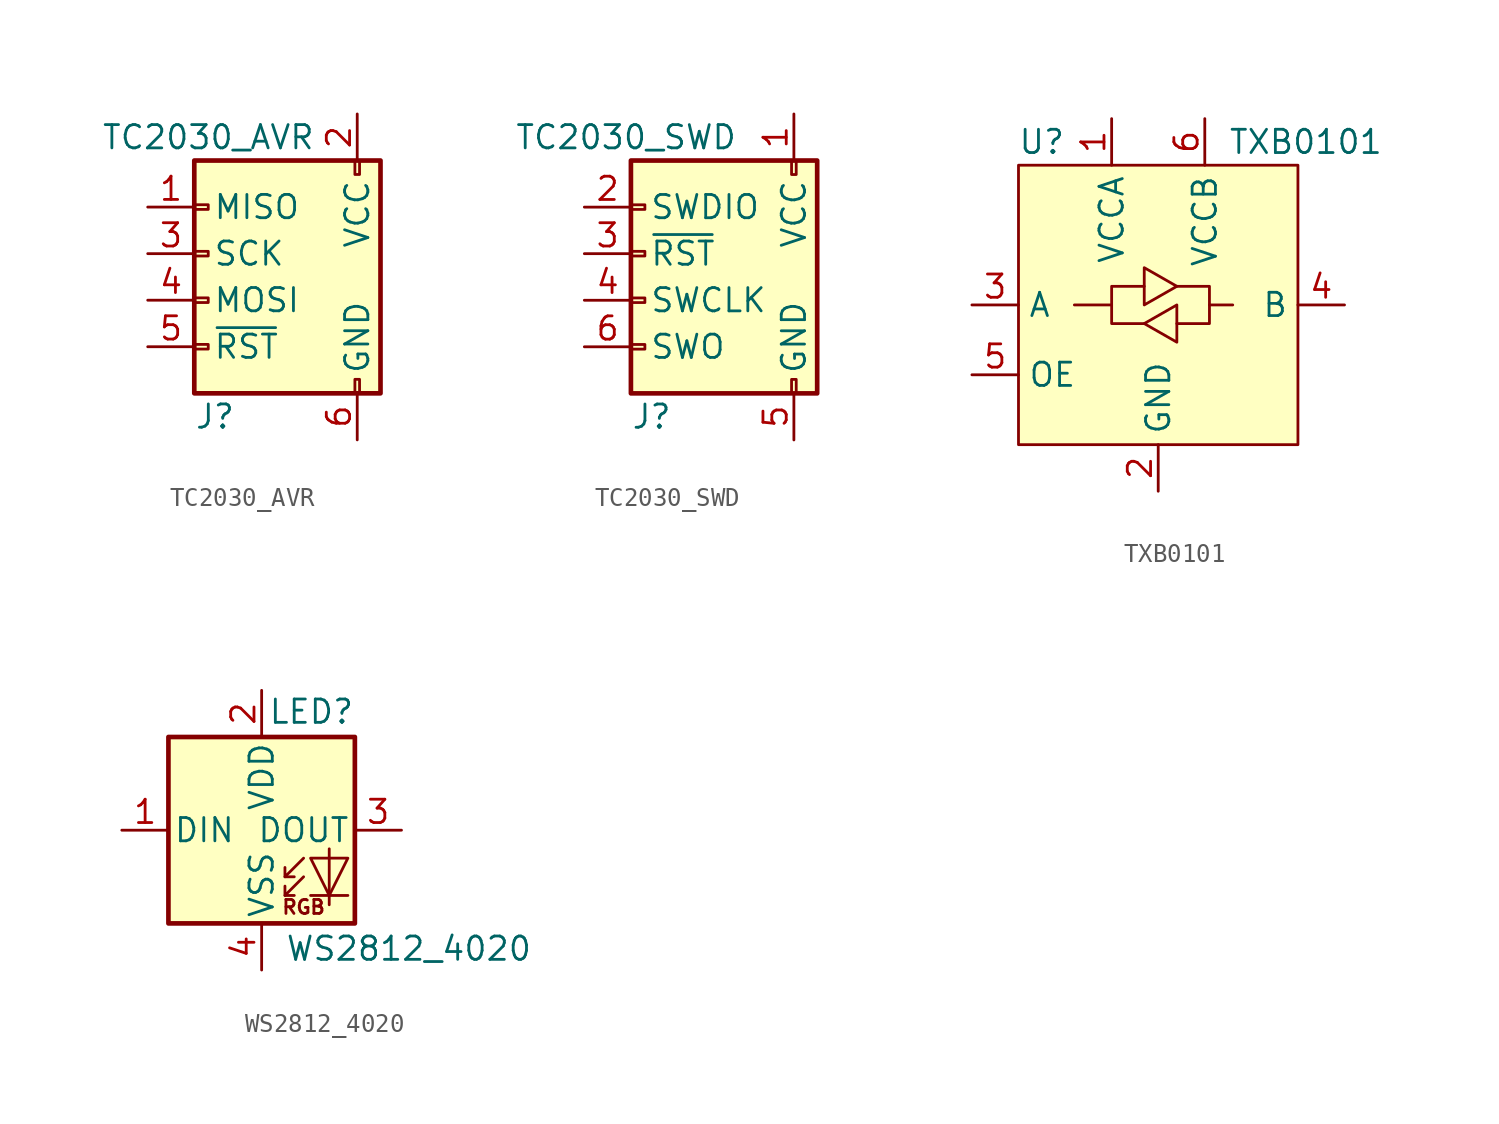
<source format=kicad_sym>
(kicad_symbol_lib
  (version 20231120)
  (generator "kicad_symbol_editor")
  (generator_version "8.0")
  (symbol "TC2030_AVR"
    (pin_names
      (offset 1.016))
    (property "Reference" "J"
      (at -3.81 -6.35 0)
      (effects (font (size 1.27 1.27)) (justify left)))
    (property "Value" "TC2030_AVR"
      (at -8.89 8.89 0)
      (effects (font (size 1.27 1.27)) (justify left)))
    (symbol "TC2030_AVR_0_1"
      (rectangle (start -3.81 7.62) (end 6.35 -5.08) (stroke (width 0.254) (type default)) (fill (type background)))
      (rectangle (start -3.048 -2.667) (end -3.81 -2.413) (stroke (width 0) (type default)) (fill (type none)))
      (rectangle (start -3.048 -0.127) (end -3.81 0.127) (stroke (width 0) (type default)) (fill (type none)))
      (rectangle (start -3.048 2.413) (end -3.81 2.667) (stroke (width 0) (type default)) (fill (type none)))
      (rectangle (start -3.048 4.953) (end -3.81 5.207) (stroke (width 0) (type default)) (fill (type none)))
      (rectangle (start 4.953 -5.08) (end 5.207 -4.318) (stroke (width 0) (type default)) (fill (type none)))
      (rectangle (start 4.953 6.858) (end 5.207 7.62) (stroke (width 0) (type default)) (fill (type none))))
    (symbol "TC2030_AVR_1_1"
      (pin passive line (at -6.35 5.08 0) (length 2.54) (name "MISO" (effects (font (size 1.27 1.27)))) (number "1" (effects (font (size 1.27 1.27)))))
      (pin passive line (at 5.08 10.16 270) (length 2.54) (name "VCC" (effects (font (size 1.27 1.27)))) (number "2" (effects (font (size 1.27 1.27)))))
      (pin passive line (at -6.35 2.54 0) (length 2.54) (name "SCK" (effects (font (size 1.27 1.27)))) (number "3" (effects (font (size 1.27 1.27)))))
      (pin passive line (at -6.35 0 0) (length 2.54) (name "MOSI" (effects (font (size 1.27 1.27)))) (number "4" (effects (font (size 1.27 1.27)))))
      (pin passive line (at -6.35 -2.54 0) (length 2.54) (name "~{RST}" (effects (font (size 1.27 1.27)))) (number "5" (effects (font (size 1.27 1.27)))))
      (pin passive line (at 5.08 -7.62 90) (length 2.54) (name "GND" (effects (font (size 1.27 1.27)))) (number "6" (effects (font (size 1.27 1.27)))))))
  (symbol "TC2030_SWD"
    (pin_names
      (offset 1.016))
    (property "Reference" "J"
      (at -3.81 -6.35 0)
      (effects (font (size 1.27 1.27)) (justify left)))
    (property "Value" "TC2030_SWD"
      (at -10.16 8.89 0)
      (effects (font (size 1.27 1.27)) (justify left)))
    (symbol "TC2030_SWD_0_1"
      (rectangle (start -3.81 7.62) (end 6.35 -5.08) (stroke (width 0.254) (type default)) (fill (type background)))
      (rectangle (start -3.048 -2.667) (end -3.81 -2.413) (stroke (width 0) (type default)) (fill (type none)))
      (rectangle (start -3.048 -0.127) (end -3.81 0.127) (stroke (width 0) (type default)) (fill (type none)))
      (rectangle (start -3.048 2.413) (end -3.81 2.667) (stroke (width 0) (type default)) (fill (type none)))
      (rectangle (start -3.048 4.953) (end -3.81 5.207) (stroke (width 0) (type default)) (fill (type none)))
      (rectangle (start 4.953 -5.08) (end 5.207 -4.318) (stroke (width 0) (type default)) (fill (type none)))
      (rectangle (start 4.953 6.858) (end 5.207 7.62) (stroke (width 0) (type default)) (fill (type none))))
    (symbol "TC2030_SWD_1_1"
      (pin passive line (at 5.08 10.16 270) (length 2.54) (name "VCC" (effects (font (size 1.27 1.27)))) (number "1" (effects (font (size 1.27 1.27)))))
      (pin passive line (at -6.35 5.08 0) (length 2.54) (name "SWDIO" (effects (font (size 1.27 1.27)))) (number "2" (effects (font (size 1.27 1.27)))))
      (pin passive line (at -6.35 2.54 0) (length 2.54) (name "~{RST}" (effects (font (size 1.27 1.27)))) (number "3" (effects (font (size 1.27 1.27)))))
      (pin passive line (at -6.35 0 0) (length 2.54) (name "SWCLK" (effects (font (size 1.27 1.27)))) (number "4" (effects (font (size 1.27 1.27)))))
      (pin passive line (at 5.08 -7.62 90) (length 2.54) (name "GND" (effects (font (size 1.27 1.27)))) (number "5" (effects (font (size 1.27 1.27)))))
      (pin passive line (at -6.35 -2.54 0) (length 2.54) (name "SWO" (effects (font (size 1.27 1.27)))) (number "6" (effects (font (size 1.27 1.27)))))))
  (symbol "TXB0101"
    (property "Reference" "U"
      (at -6.35 11.43 0)
      (effects (font (size 1.27 1.27))))
    (property "Value" "TXB0101"
      (at 3.81 11.43 0)
      (effects (font (size 1.27 1.27)) (justify left)))
    (symbol "TXB0101_0_1"
      (rectangle (start -7.62 10.16) (end 7.62 -5.08) (stroke (width 0) (type default)) (fill (type background)))
      (polyline (pts (xy -2.54 2.54) (xy -2.54 3.556) (xy -0.762 3.556)) (stroke (width 0) (type default)) (fill (type none)))
      (polyline (pts (xy 2.794 2.54) (xy 2.794 1.524) (xy 1.016 1.524)) (stroke (width 0) (type default)) (fill (type none)))
      (polyline (pts (xy -0.762 1.524) (xy -2.54 1.524) (xy -2.54 2.54) (xy -4.572 2.54)) (stroke (width 0) (type default)) (fill (type none)))
      (polyline (pts (xy -0.762 2.54) (xy -0.762 4.572) (xy 1.016 3.556) (xy -0.762 2.54)) (stroke (width 0) (type default)) (fill (type none)))
      (polyline (pts (xy 1.016 3.556) (xy 2.794 3.556) (xy 2.794 2.54) (xy 4.064 2.54)) (stroke (width 0) (type default)) (fill (type none)))
      (polyline (pts (xy 1.016 2.54) (xy 1.016 0.762) (xy 1.016 0.508) (xy -0.762 1.524) (xy 1.016 2.54)) (stroke (width 0) (type default)) (fill (type none))))
    (symbol "TXB0101_1_1"
      (pin power_in line (at -2.54 12.7 270) (length 2.54) (name "VCCA" (effects (font (size 1.27 1.27)))) (number "1" (effects (font (size 1.27 1.27)))))
      (pin power_in line (at 0 -7.62 90) (length 2.54) (name "GND" (effects (font (size 1.27 1.27)))) (number "2" (effects (font (size 1.27 1.27)))))
      (pin bidirectional line (at -10.16 2.54 0) (length 2.54) (name "A" (effects (font (size 1.27 1.27)))) (number "3" (effects (font (size 1.27 1.27)))))
      (pin bidirectional line (at 10.16 2.54 180) (length 2.54) (name "B" (effects (font (size 1.27 1.27)))) (number "4" (effects (font (size 1.27 1.27)))))
      (pin input line (at -10.16 -1.27 0) (length 2.54) (name "OE" (effects (font (size 1.27 1.27)))) (number "5" (effects (font (size 1.27 1.27)))))
      (pin power_in line (at 2.54 12.7 270) (length 2.54) (name "VCCB" (effects (font (size 1.27 1.27)))) (number "6" (effects (font (size 1.27 1.27)))))))
  (symbol "WS2812_4020"
    (pin_names
      (offset 0.254))
    (property "Reference" "LED"
      (at 5.08 5.715 0)
      (effects (font (size 1.27 1.27)) (justify right bottom)))
    (property "Value" "WS2812_4020"
      (at 1.27 -5.715 0)
      (effects (font (size 1.27 1.27)) (justify left top)))
    (symbol "WS2812_4020_0_0"
      (text "RGB" (at 2.286 -4.191 0) (effects (font (size 0.762 0.762)))))
    (symbol "WS2812_4020_0_1"
      (polyline (pts (xy 1.27 -3.556) (xy 1.778 -3.556)) (stroke (width 0) (type default)) (fill (type none)))
      (polyline (pts (xy 1.27 -2.54) (xy 1.778 -2.54)) (stroke (width 0) (type default)) (fill (type none)))
      (polyline (pts (xy 4.699 -3.556) (xy 2.667 -3.556)) (stroke (width 0) (type default)) (fill (type none)))
      (polyline (pts (xy 2.286 -2.54) (xy 1.27 -3.556) (xy 1.27 -3.048)) (stroke (width 0) (type default)) (fill (type none)))
      (polyline (pts (xy 2.286 -1.524) (xy 1.27 -2.54) (xy 1.27 -2.032)) (stroke (width 0) (type default)) (fill (type none)))
      (polyline (pts (xy 3.683 -1.016) (xy 3.683 -3.556) (xy 3.683 -4.064)) (stroke (width 0) (type default)) (fill (type none)))
      (polyline (pts (xy 4.699 -1.524) (xy 2.667 -1.524) (xy 3.683 -3.556) (xy 4.699 -1.524)) (stroke (width 0) (type default)) (fill (type none)))
      (rectangle (start 5.08 5.08) (end -5.08 -5.08) (stroke (width 0.254) (type default)) (fill (type background))))
    (symbol "WS2812_4020_1_1"
      (pin input line (at -7.62 0 0) (length 2.54) (name "DIN" (effects (font (size 1.27 1.27)))) (number "1" (effects (font (size 1.27 1.27)))))
      (pin power_in line (at 0 7.62 270) (length 2.54) (name "VDD" (effects (font (size 1.27 1.27)))) (number "2" (effects (font (size 1.27 1.27)))))
      (pin output line (at 7.62 0 180) (length 2.54) (name "DOUT" (effects (font (size 1.27 1.27)))) (number "3" (effects (font (size 1.27 1.27)))))
      (pin power_in line (at 0 -7.62 90) (length 2.54) (name "VSS" (effects (font (size 1.27 1.27)))) (number "4" (effects (font (size 1.27 1.27))))))))
</source>
